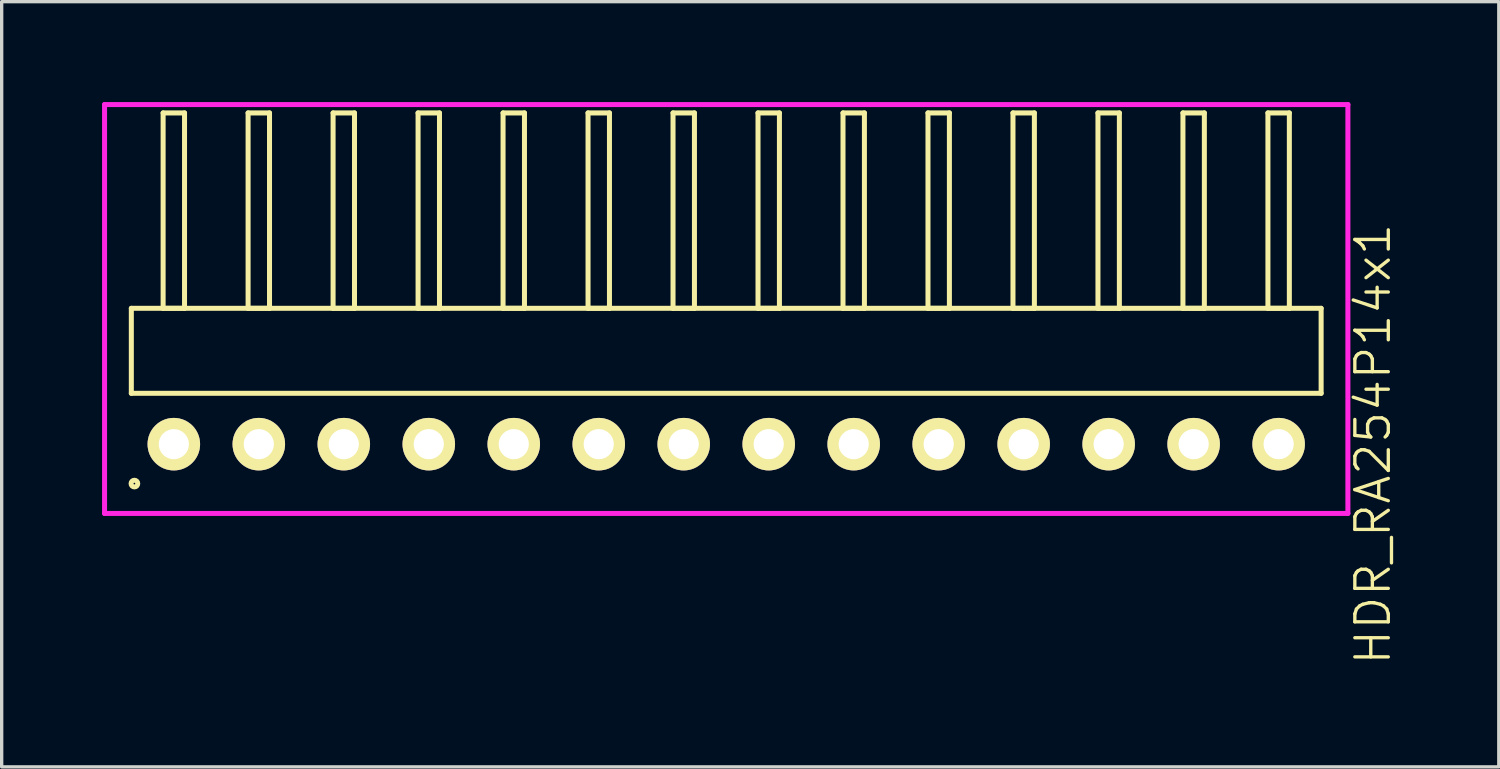
<source format=kicad_pcb>
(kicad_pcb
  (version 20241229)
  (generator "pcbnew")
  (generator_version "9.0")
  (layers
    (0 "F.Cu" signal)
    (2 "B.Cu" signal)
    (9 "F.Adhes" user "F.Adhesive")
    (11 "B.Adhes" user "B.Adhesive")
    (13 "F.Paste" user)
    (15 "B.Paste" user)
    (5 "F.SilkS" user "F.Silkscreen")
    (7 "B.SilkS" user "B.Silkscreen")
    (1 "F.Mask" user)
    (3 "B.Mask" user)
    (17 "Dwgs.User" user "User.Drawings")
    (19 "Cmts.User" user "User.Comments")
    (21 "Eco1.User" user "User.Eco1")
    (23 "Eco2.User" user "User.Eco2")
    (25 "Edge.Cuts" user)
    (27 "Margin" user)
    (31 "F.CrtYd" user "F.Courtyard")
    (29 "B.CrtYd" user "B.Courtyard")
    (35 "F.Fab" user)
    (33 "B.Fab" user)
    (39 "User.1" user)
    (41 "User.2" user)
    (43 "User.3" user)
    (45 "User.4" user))
  (footprint "HDR_RA254P14x1"
    (layer "F.Cu")
    (at 18.655 10.225)
    (property "Reference" "HDR_RA254P14x1" (at 19.33 0 90) (layer "F.SilkS") (effects (font (size 1 1) (thickness 0.1))))
    (attr through_hole)
    (fp_line (start -17.78 -4.06) (end -17.78 -1.52) (stroke (width 0.15) (type solid)) (layer "F.SilkS"))
    (fp_line (start -17.78 -1.52) (end 17.78 -1.52) (stroke (width 0.15) (type solid)) (layer "F.SilkS"))
    (fp_line (start -16.83 -9.9) (end -16.83 -4.06) (stroke (width 0.15) (type solid)) (layer "F.SilkS"))
    (fp_line (start -16.83 -4.06) (end -16.19 -4.06) (stroke (width 0.15) (type solid)) (layer "F.SilkS"))
    (fp_line (start -16.19 -9.9) (end -16.83 -9.9) (stroke (width 0.15) (type solid)) (layer "F.SilkS"))
    (fp_line (start -16.19 -4.06) (end -16.19 -9.9) (stroke (width 0.15) (type solid)) (layer "F.SilkS"))
    (fp_line (start -14.29 -9.9) (end -14.29 -4.06) (stroke (width 0.15) (type solid)) (layer "F.SilkS"))
    (fp_line (start -14.29 -4.06) (end -13.65 -4.06) (stroke (width 0.15) (type solid)) (layer "F.SilkS"))
    (fp_line (start -13.65 -9.9) (end -14.29 -9.9) (stroke (width 0.15) (type solid)) (layer "F.SilkS"))
    (fp_line (start -13.65 -4.06) (end -13.65 -9.9) (stroke (width 0.15) (type solid)) (layer "F.SilkS"))
    (fp_line (start -11.75 -9.9) (end -11.75 -4.06) (stroke (width 0.15) (type solid)) (layer "F.SilkS"))
    (fp_line (start -11.75 -4.06) (end -11.11 -4.06) (stroke (width 0.15) (type solid)) (layer "F.SilkS"))
    (fp_line (start -11.11 -9.9) (end -11.75 -9.9) (stroke (width 0.15) (type solid)) (layer "F.SilkS"))
    (fp_line (start -11.11 -4.06) (end -11.11 -9.9) (stroke (width 0.15) (type solid)) (layer "F.SilkS"))
    (fp_line (start -9.21 -9.9) (end -9.21 -4.06) (stroke (width 0.15) (type solid)) (layer "F.SilkS"))
    (fp_line (start -9.21 -4.06) (end -8.57 -4.06) (stroke (width 0.15) (type solid)) (layer "F.SilkS"))
    (fp_line (start -8.57 -9.9) (end -9.21 -9.9) (stroke (width 0.15) (type solid)) (layer "F.SilkS"))
    (fp_line (start -8.57 -4.06) (end -8.57 -9.9) (stroke (width 0.15) (type solid)) (layer "F.SilkS"))
    (fp_line (start -6.67 -9.9) (end -6.67 -4.06) (stroke (width 0.15) (type solid)) (layer "F.SilkS"))
    (fp_line (start -6.67 -4.06) (end -6.03 -4.06) (stroke (width 0.15) (type solid)) (layer "F.SilkS"))
    (fp_line (start -6.03 -9.9) (end -6.67 -9.9) (stroke (width 0.15) (type solid)) (layer "F.SilkS"))
    (fp_line (start -6.03 -4.06) (end -6.03 -9.9) (stroke (width 0.15) (type solid)) (layer "F.SilkS"))
    (fp_line (start -4.13 -9.9) (end -4.13 -4.06) (stroke (width 0.15) (type solid)) (layer "F.SilkS"))
    (fp_line (start -4.13 -4.06) (end -3.49 -4.06) (stroke (width 0.15) (type solid)) (layer "F.SilkS"))
    (fp_line (start -3.49 -9.9) (end -4.13 -9.9) (stroke (width 0.15) (type solid)) (layer "F.SilkS"))
    (fp_line (start -3.49 -4.06) (end -3.49 -9.9) (stroke (width 0.15) (type solid)) (layer "F.SilkS"))
    (fp_line (start -1.59 -9.9) (end -1.59 -4.06) (stroke (width 0.15) (type solid)) (layer "F.SilkS"))
    (fp_line (start -1.59 -4.06) (end -0.95 -4.06) (stroke (width 0.15) (type solid)) (layer "F.SilkS"))
    (fp_line (start -0.95 -9.9) (end -1.59 -9.9) (stroke (width 0.15) (type solid)) (layer "F.SilkS"))
    (fp_line (start -0.95 -4.06) (end -0.95 -9.9) (stroke (width 0.15) (type solid)) (layer "F.SilkS"))
    (fp_line (start 0.95 -9.9) (end 0.95 -4.06) (stroke (width 0.15) (type solid)) (layer "F.SilkS"))
    (fp_line (start 0.95 -4.06) (end 1.59 -4.06) (stroke (width 0.15) (type solid)) (layer "F.SilkS"))
    (fp_line (start 1.59 -9.9) (end 0.95 -9.9) (stroke (width 0.15) (type solid)) (layer "F.SilkS"))
    (fp_line (start 1.59 -4.06) (end 1.59 -9.9) (stroke (width 0.15) (type solid)) (layer "F.SilkS"))
    (fp_line (start 3.49 -9.9) (end 3.49 -4.06) (stroke (width 0.15) (type solid)) (layer "F.SilkS"))
    (fp_line (start 3.49 -4.06) (end 4.13 -4.06) (stroke (width 0.15) (type solid)) (layer "F.SilkS"))
    (fp_line (start 4.13 -9.9) (end 3.49 -9.9) (stroke (width 0.15) (type solid)) (layer "F.SilkS"))
    (fp_line (start 4.13 -4.06) (end 4.13 -9.9) (stroke (width 0.15) (type solid)) (layer "F.SilkS"))
    (fp_line (start 6.03 -9.9) (end 6.03 -4.06) (stroke (width 0.15) (type solid)) (layer "F.SilkS"))
    (fp_line (start 6.03 -4.06) (end 6.67 -4.06) (stroke (width 0.15) (type solid)) (layer "F.SilkS"))
    (fp_line (start 6.67 -9.9) (end 6.03 -9.9) (stroke (width 0.15) (type solid)) (layer "F.SilkS"))
    (fp_line (start 6.67 -4.06) (end 6.67 -9.9) (stroke (width 0.15) (type solid)) (layer "F.SilkS"))
    (fp_line (start 8.57 -9.9) (end 8.57 -4.06) (stroke (width 0.15) (type solid)) (layer "F.SilkS"))
    (fp_line (start 8.57 -4.06) (end 9.21 -4.06) (stroke (width 0.15) (type solid)) (layer "F.SilkS"))
    (fp_line (start 9.21 -9.9) (end 8.57 -9.9) (stroke (width 0.15) (type solid)) (layer "F.SilkS"))
    (fp_line (start 9.21 -4.06) (end 9.21 -9.9) (stroke (width 0.15) (type solid)) (layer "F.SilkS"))
    (fp_line (start 11.11 -9.9) (end 11.11 -4.06) (stroke (width 0.15) (type solid)) (layer "F.SilkS"))
    (fp_line (start 11.11 -4.06) (end 11.75 -4.06) (stroke (width 0.15) (type solid)) (layer "F.SilkS"))
    (fp_line (start 11.75 -9.9) (end 11.11 -9.9) (stroke (width 0.15) (type solid)) (layer "F.SilkS"))
    (fp_line (start 11.75 -4.06) (end 11.75 -9.9) (stroke (width 0.15) (type solid)) (layer "F.SilkS"))
    (fp_line (start 13.65 -9.9) (end 13.65 -4.06) (stroke (width 0.15) (type solid)) (layer "F.SilkS"))
    (fp_line (start 13.65 -4.06) (end 14.29 -4.06) (stroke (width 0.15) (type solid)) (layer "F.SilkS"))
    (fp_line (start 14.29 -9.9) (end 13.65 -9.9) (stroke (width 0.15) (type solid)) (layer "F.SilkS"))
    (fp_line (start 14.29 -4.06) (end 14.29 -9.9) (stroke (width 0.15) (type solid)) (layer "F.SilkS"))
    (fp_line (start 16.19 -9.9) (end 16.19 -4.06) (stroke (width 0.15) (type solid)) (layer "F.SilkS"))
    (fp_line (start 16.19 -4.06) (end 16.83 -4.06) (stroke (width 0.15) (type solid)) (layer "F.SilkS"))
    (fp_line (start 16.83 -9.9) (end 16.19 -9.9) (stroke (width 0.15) (type solid)) (layer "F.SilkS"))
    (fp_line (start 16.83 -4.06) (end 16.83 -9.9) (stroke (width 0.15) (type solid)) (layer "F.SilkS"))
    (fp_line (start 17.78 -4.06) (end -17.78 -4.06) (stroke (width 0.15) (type solid)) (layer "F.SilkS"))
    (fp_line (start 17.78 -1.52) (end 17.78 -4.06) (stroke (width 0.15) (type solid)) (layer "F.SilkS"))
    (fp_circle (center -17.688 1.178) (end -17.588 1.178) (stroke (width 0.15) (type solid)) (fill no) (layer "F.SilkS"))
    (fp_line (start -18.58 -10.15) (end -18.58 2.07) (stroke (width 0.15) (type solid)) (layer "F.CrtYd"))
    (fp_line (start -18.58 2.07) (end 18.58 2.07) (stroke (width 0.15) (type solid)) (layer "F.CrtYd"))
    (fp_line (start 18.58 -10.15) (end -18.58 -10.15) (stroke (width 0.15) (type solid)) (layer "F.CrtYd"))
    (fp_line (start 18.58 2.07) (end 18.58 -10.15) (stroke (width 0.15) (type solid)) (layer "F.CrtYd"))
    (pad "1" thru_hole oval (at -16.51 0) (size 1.57 1.57) (drill 0.9) (layers "*.Cu" "*.Mask" "F.SilkS"))
    (pad "2" thru_hole oval (at -13.97 0) (size 1.57 1.57) (drill 0.9) (layers "*.Cu" "*.Mask" "F.SilkS"))
    (pad "3" thru_hole oval (at -11.43 0) (size 1.57 1.57) (drill 0.9) (layers "*.Cu" "*.Mask" "F.SilkS"))
    (pad "4" thru_hole oval (at -8.89 0) (size 1.57 1.57) (drill 0.9) (layers "*.Cu" "*.Mask" "F.SilkS"))
    (pad "5" thru_hole oval (at -6.35 0) (size 1.57 1.57) (drill 0.9) (layers "*.Cu" "*.Mask" "F.SilkS"))
    (pad "6" thru_hole oval (at -3.81 0) (size 1.57 1.57) (drill 0.9) (layers "*.Cu" "*.Mask" "F.SilkS"))
    (pad "7" thru_hole oval (at -1.27 0) (size 1.57 1.57) (drill 0.9) (layers "*.Cu" "*.Mask" "F.SilkS"))
    (pad "8" thru_hole oval (at 1.27 0) (size 1.57 1.57) (drill 0.9) (layers "*.Cu" "*.Mask" "F.SilkS"))
    (pad "9" thru_hole oval (at 3.81 0) (size 1.57 1.57) (drill 0.9) (layers "*.Cu" "*.Mask" "F.SilkS"))
    (pad "10" thru_hole oval (at 6.35 0) (size 1.57 1.57) (drill 0.9) (layers "*.Cu" "*.Mask" "F.SilkS"))
    (pad "11" thru_hole oval (at 8.89 0) (size 1.57 1.57) (drill 0.9) (layers "*.Cu" "*.Mask" "F.SilkS"))
    (pad "12" thru_hole oval (at 11.43 0) (size 1.57 1.57) (drill 0.9) (layers "*.Cu" "*.Mask" "F.SilkS"))
    (pad "13" thru_hole oval (at 13.97 0) (size 1.57 1.57) (drill 0.9) (layers "*.Cu" "*.Mask" "F.SilkS"))
    (pad "14" thru_hole oval (at 16.51 0) (size 1.57 1.57) (drill 0.9) (layers "*.Cu" "*.Mask" "F.SilkS")))
  (gr_rect
    (start -3 -3)
    (end 41.745 19.87)
    (stroke (width 0.1) (type default))
    (fill no)
    (layer "Edge.Cuts")))
</source>
